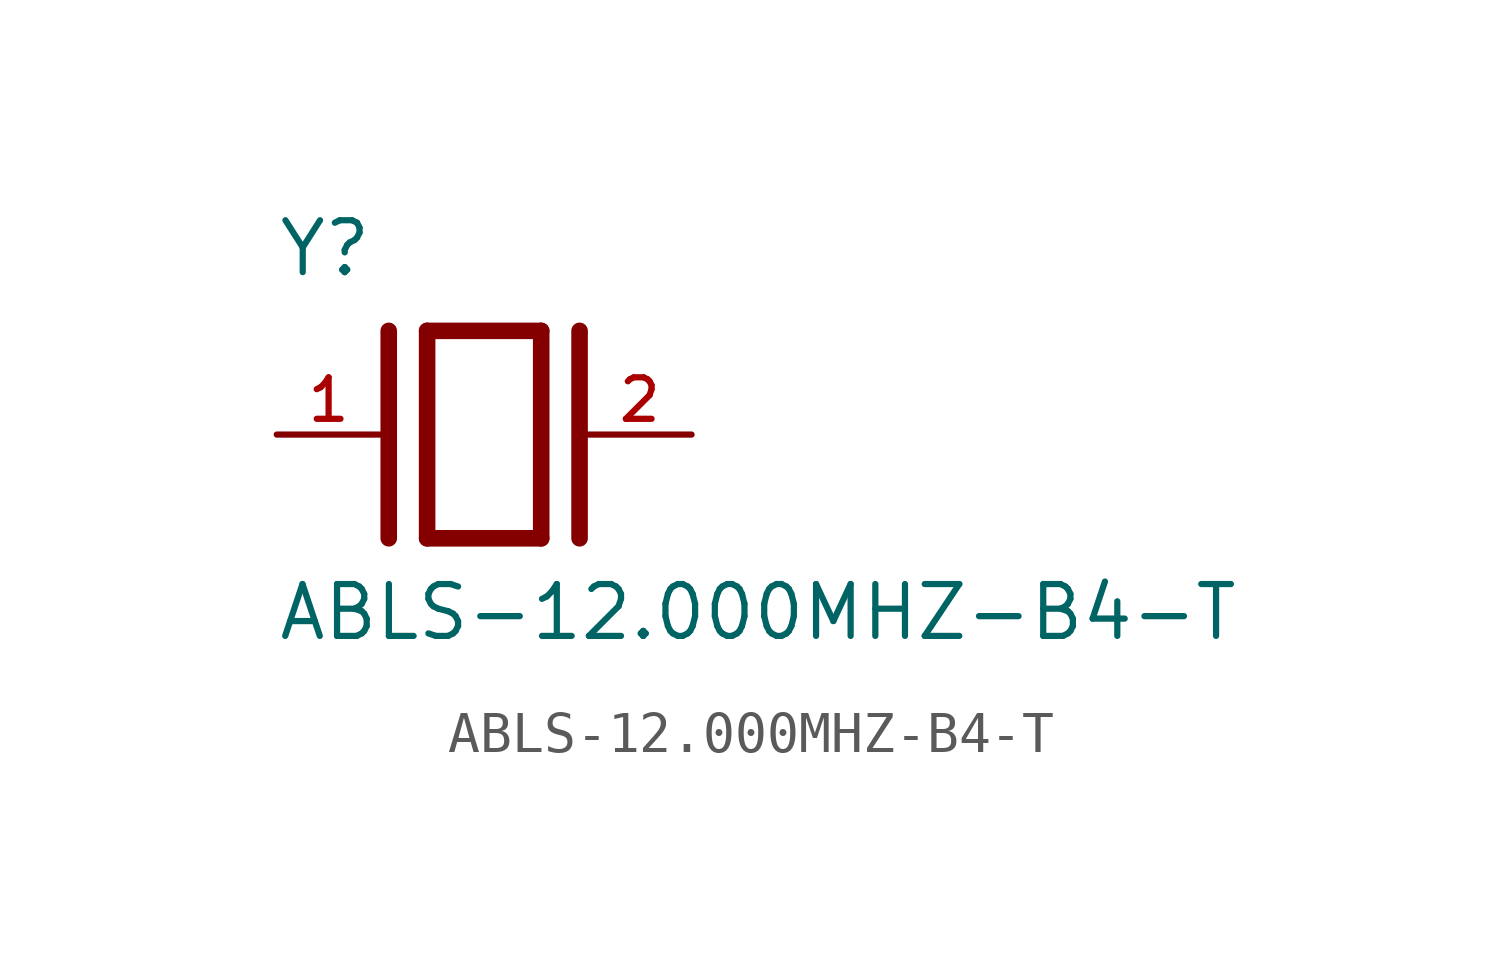
<source format=kicad_sym>
(kicad_symbol_lib
  (version 20231120)
  (generator "kicad_symbol_editor")
  (generator_version "8.0")
  (symbol "ABLS-12.000MHZ-B4-T"
    (pin_names
      (offset 1.016))
    (property "Reference" "Y"
      (at -5.088 3.816 0)
      (effects (font (size 1.27 1.27)) (justify left bottom)))
    (property "Value" "ABLS-12.000MHZ-B4-T"
      (at -5.094 -5.094 0)
      (effects (font (size 1.27 1.27)) (justify left bottom)))
    (symbol "ABLS-12.000MHZ-B4-T_0_0"
      (polyline (pts (xy -2.337 2.54) (xy -2.337 -2.54)) (stroke (width 0.406) (type default)) (fill (type none)))
      (polyline (pts (xy -1.397 2.54) (xy -1.397 -2.54)) (stroke (width 0.406) (type default)) (fill (type none)))
      (polyline (pts (xy -1.397 2.54) (xy 1.397 2.54)) (stroke (width 0.406) (type default)) (fill (type none)))
      (polyline (pts (xy 1.397 -2.54) (xy -1.397 -2.54)) (stroke (width 0.406) (type default)) (fill (type none)))
      (polyline (pts (xy 1.397 2.54) (xy 1.397 -2.54)) (stroke (width 0.406) (type default)) (fill (type none)))
      (polyline (pts (xy 2.337 2.54) (xy 2.337 -2.54)) (stroke (width 0.406) (type default)) (fill (type none)))
      (pin passive line (at -5.08 0 0) (length 2.54) (name "~" (effects (font (size 1.016 1.016)))) (number "1" (effects (font (size 1.016 1.016)))))
      (pin passive line (at 5.08 0 180) (length 2.54) (name "~" (effects (font (size 1.016 1.016)))) (number "2" (effects (font (size 1.016 1.016))))))))
</source>
